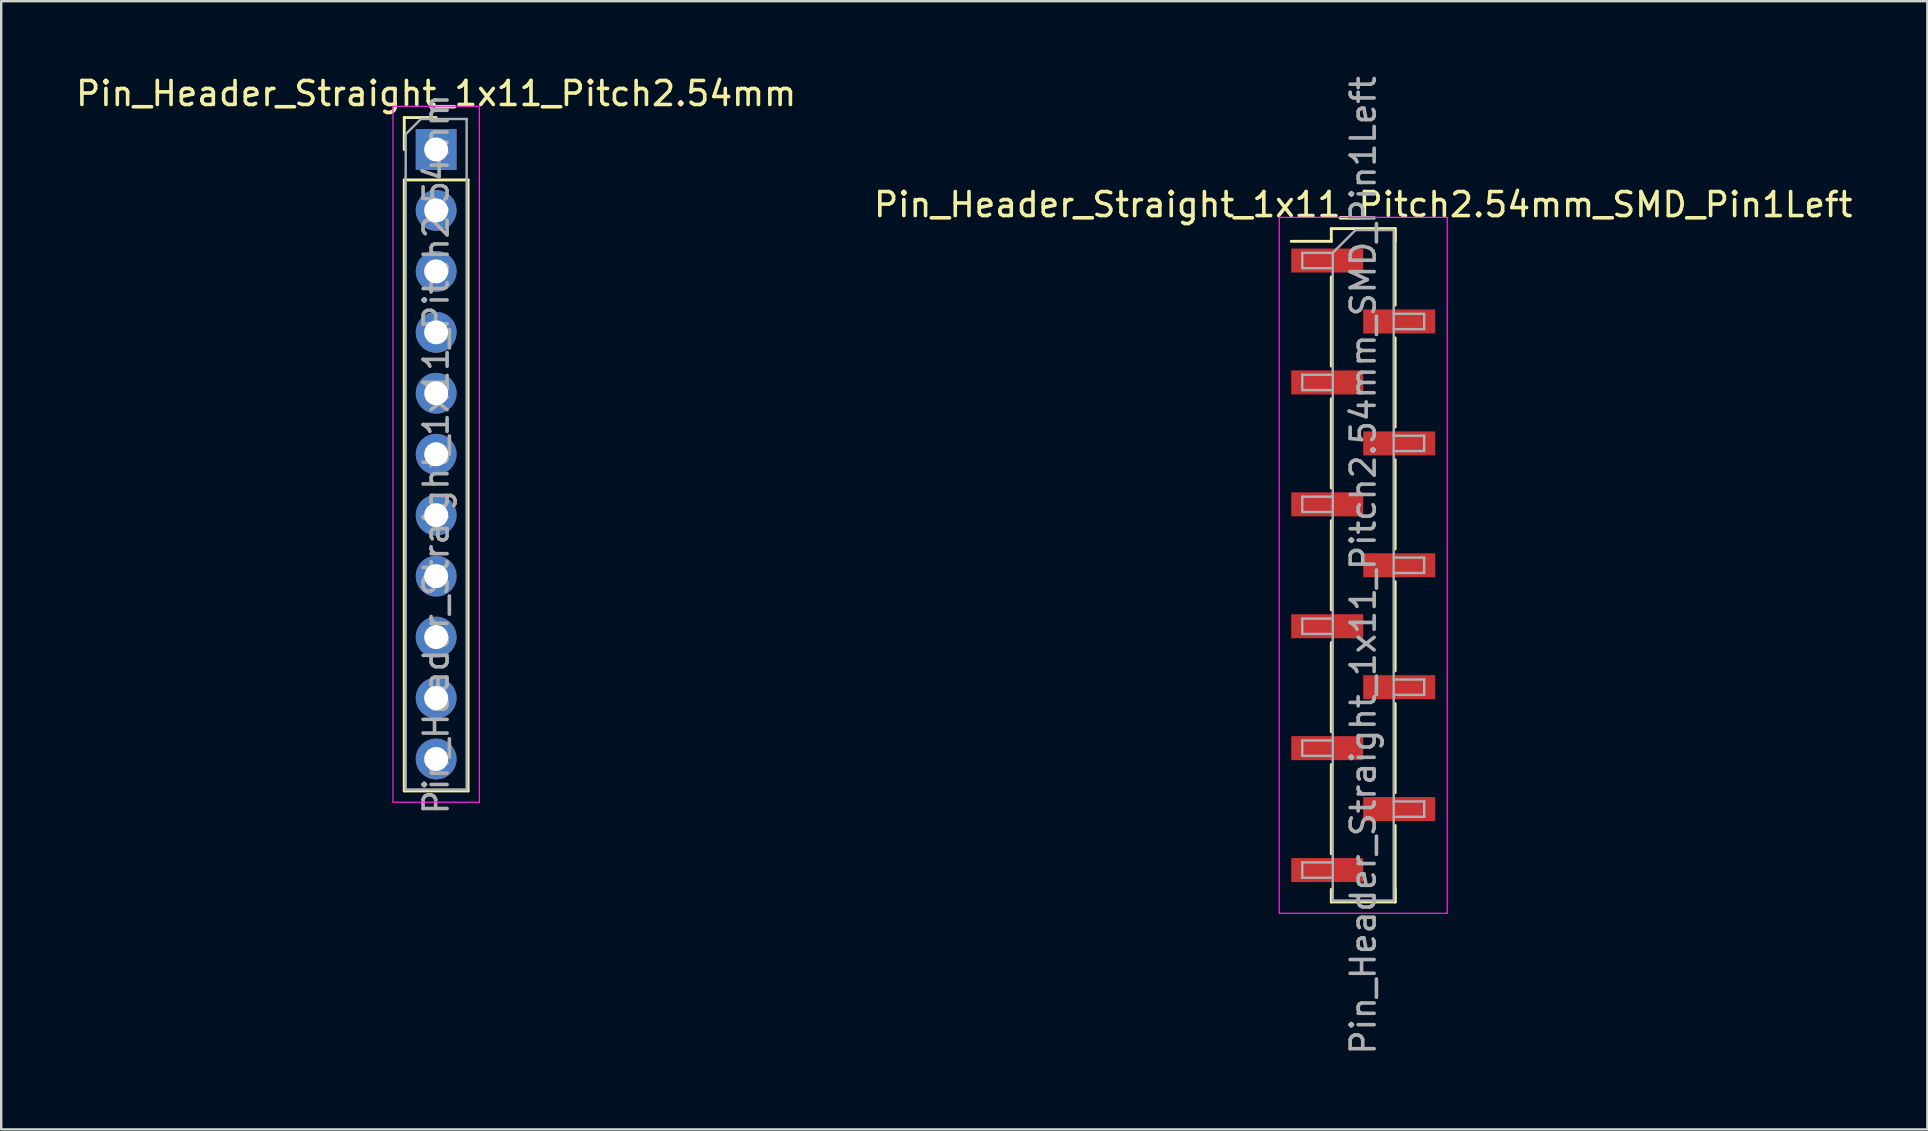
<source format=kicad_pcb>
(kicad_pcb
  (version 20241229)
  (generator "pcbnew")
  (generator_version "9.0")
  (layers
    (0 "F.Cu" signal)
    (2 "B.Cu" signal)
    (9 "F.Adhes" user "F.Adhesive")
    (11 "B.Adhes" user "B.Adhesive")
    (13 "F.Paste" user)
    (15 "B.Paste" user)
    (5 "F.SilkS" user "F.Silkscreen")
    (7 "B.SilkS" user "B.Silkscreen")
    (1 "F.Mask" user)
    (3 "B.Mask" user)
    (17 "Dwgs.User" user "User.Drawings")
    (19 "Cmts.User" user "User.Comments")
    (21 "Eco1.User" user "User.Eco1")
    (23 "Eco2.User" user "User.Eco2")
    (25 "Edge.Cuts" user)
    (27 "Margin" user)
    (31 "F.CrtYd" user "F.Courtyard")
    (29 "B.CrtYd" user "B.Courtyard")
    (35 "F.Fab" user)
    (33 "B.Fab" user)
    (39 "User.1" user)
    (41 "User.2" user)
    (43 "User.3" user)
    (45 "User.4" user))
  (footprint "Pin_Header_Straight_1x11_Pitch2.54mm_SMD_Pin1Left"
    (layer "F.Cu")
    (at 53.756 20.506)
    (property "Reference" "Pin_Header_Straight_1x11_Pitch2.54mm_SMD_Pin1Left" (at 0 -15.03 0) (layer "F.SilkS") (effects (font (size 1 1) (thickness 0.15))))
    (attr smd)
    (fp_line (start -1.33 -14.03) (end 1.33 -14.03) (stroke (width 0.12) (type solid)) (layer "F.SilkS"))
    (fp_line (start -1.33 -13.5) (end -3 -13.5) (stroke (width 0.12) (type solid)) (layer "F.SilkS"))
    (fp_line (start -1.33 -13.5) (end -1.33 -14.03) (stroke (width 0.12) (type solid)) (layer "F.SilkS"))
    (fp_line (start -1.33 -12.02) (end -1.33 -8.3) (stroke (width 0.12) (type solid)) (layer "F.SilkS"))
    (fp_line (start -1.33 -6.94) (end -1.33 -3.22) (stroke (width 0.12) (type solid)) (layer "F.SilkS"))
    (fp_line (start -1.33 -1.86) (end -1.33 1.86) (stroke (width 0.12) (type solid)) (layer "F.SilkS"))
    (fp_line (start -1.33 3.22) (end -1.33 6.94) (stroke (width 0.12) (type solid)) (layer "F.SilkS"))
    (fp_line (start -1.33 8.3) (end -1.33 12.02) (stroke (width 0.12) (type solid)) (layer "F.SilkS"))
    (fp_line (start -1.33 13.5) (end -1.33 14.03) (stroke (width 0.12) (type solid)) (layer "F.SilkS"))
    (fp_line (start -1.33 14.03) (end 1.33 14.03) (stroke (width 0.12) (type solid)) (layer "F.SilkS"))
    (fp_line (start 1.33 -14.03) (end 1.33 -13.5) (stroke (width 0.12) (type solid)) (layer "F.SilkS"))
    (fp_line (start 1.33 -14.03) (end 1.33 -10.84) (stroke (width 0.12) (type solid)) (layer "F.SilkS"))
    (fp_line (start 1.33 -9.48) (end 1.33 -5.76) (stroke (width 0.12) (type solid)) (layer "F.SilkS"))
    (fp_line (start 1.33 -4.4) (end 1.33 -0.68) (stroke (width 0.12) (type solid)) (layer "F.SilkS"))
    (fp_line (start 1.33 0.68) (end 1.33 4.4) (stroke (width 0.12) (type solid)) (layer "F.SilkS"))
    (fp_line (start 1.33 5.76) (end 1.33 9.48) (stroke (width 0.12) (type solid)) (layer "F.SilkS"))
    (fp_line (start 1.33 10.84) (end 1.33 14.03) (stroke (width 0.12) (type solid)) (layer "F.SilkS"))
    (fp_line (start 1.33 14.03) (end 1.33 13.5) (stroke (width 0.12) (type solid)) (layer "F.SilkS"))
    (fp_line (start -3.5 -14.5) (end -3.5 14.5) (stroke (width 0.05) (type solid)) (layer "F.CrtYd"))
    (fp_line (start -3.5 14.5) (end 3.5 14.5) (stroke (width 0.05) (type solid)) (layer "F.CrtYd"))
    (fp_line (start 3.5 -14.5) (end -3.5 -14.5) (stroke (width 0.05) (type solid)) (layer "F.CrtYd"))
    (fp_line (start 3.5 14.5) (end 3.5 -14.5) (stroke (width 0.05) (type solid)) (layer "F.CrtYd"))
    (fp_line (start -2.54 -13.02) (end -2.54 -12.38) (stroke (width 0.1) (type solid)) (layer "F.Fab"))
    (fp_line (start -2.54 -12.38) (end -1.27 -12.38) (stroke (width 0.1) (type solid)) (layer "F.Fab"))
    (fp_line (start -2.54 -7.94) (end -2.54 -7.3) (stroke (width 0.1) (type solid)) (layer "F.Fab"))
    (fp_line (start -2.54 -7.3) (end -1.27 -7.3) (stroke (width 0.1) (type solid)) (layer "F.Fab"))
    (fp_line (start -2.54 -2.86) (end -2.54 -2.22) (stroke (width 0.1) (type solid)) (layer "F.Fab"))
    (fp_line (start -2.54 -2.22) (end -1.27 -2.22) (stroke (width 0.1) (type solid)) (layer "F.Fab"))
    (fp_line (start -2.54 2.22) (end -2.54 2.86) (stroke (width 0.1) (type solid)) (layer "F.Fab"))
    (fp_line (start -2.54 2.86) (end -1.27 2.86) (stroke (width 0.1) (type solid)) (layer "F.Fab"))
    (fp_line (start -2.54 7.3) (end -2.54 7.94) (stroke (width 0.1) (type solid)) (layer "F.Fab"))
    (fp_line (start -2.54 7.94) (end -1.27 7.94) (stroke (width 0.1) (type solid)) (layer "F.Fab"))
    (fp_line (start -2.54 12.38) (end -2.54 13.02) (stroke (width 0.1) (type solid)) (layer "F.Fab"))
    (fp_line (start -2.54 13.02) (end -1.27 13.02) (stroke (width 0.1) (type solid)) (layer "F.Fab"))
    (fp_line (start -1.27 -13.02) (end -2.54 -13.02) (stroke (width 0.1) (type solid)) (layer "F.Fab"))
    (fp_line (start -1.27 -13.02) (end -0.32 -13.97) (stroke (width 0.1) (type solid)) (layer "F.Fab"))
    (fp_line (start -1.27 -7.94) (end -2.54 -7.94) (stroke (width 0.1) (type solid)) (layer "F.Fab"))
    (fp_line (start -1.27 -2.86) (end -2.54 -2.86) (stroke (width 0.1) (type solid)) (layer "F.Fab"))
    (fp_line (start -1.27 2.22) (end -2.54 2.22) (stroke (width 0.1) (type solid)) (layer "F.Fab"))
    (fp_line (start -1.27 7.3) (end -2.54 7.3) (stroke (width 0.1) (type solid)) (layer "F.Fab"))
    (fp_line (start -1.27 12.38) (end -2.54 12.38) (stroke (width 0.1) (type solid)) (layer "F.Fab"))
    (fp_line (start -1.27 13.97) (end -1.27 -13.02) (stroke (width 0.1) (type solid)) (layer "F.Fab"))
    (fp_line (start -0.32 -13.97) (end 1.27 -13.97) (stroke (width 0.1) (type solid)) (layer "F.Fab"))
    (fp_line (start 1.27 -13.97) (end 1.27 13.97) (stroke (width 0.1) (type solid)) (layer "F.Fab"))
    (fp_line (start 1.27 -10.48) (end 2.54 -10.48) (stroke (width 0.1) (type solid)) (layer "F.Fab"))
    (fp_line (start 1.27 -5.4) (end 2.54 -5.4) (stroke (width 0.1) (type solid)) (layer "F.Fab"))
    (fp_line (start 1.27 -0.32) (end 2.54 -0.32) (stroke (width 0.1) (type solid)) (layer "F.Fab"))
    (fp_line (start 1.27 4.76) (end 2.54 4.76) (stroke (width 0.1) (type solid)) (layer "F.Fab"))
    (fp_line (start 1.27 9.84) (end 2.54 9.84) (stroke (width 0.1) (type solid)) (layer "F.Fab"))
    (fp_line (start 1.27 13.97) (end -1.27 13.97) (stroke (width 0.1) (type solid)) (layer "F.Fab"))
    (fp_line (start 2.54 -10.48) (end 2.54 -9.84) (stroke (width 0.1) (type solid)) (layer "F.Fab"))
    (fp_line (start 2.54 -9.84) (end 1.27 -9.84) (stroke (width 0.1) (type solid)) (layer "F.Fab"))
    (fp_line (start 2.54 -5.4) (end 2.54 -4.76) (stroke (width 0.1) (type solid)) (layer "F.Fab"))
    (fp_line (start 2.54 -4.76) (end 1.27 -4.76) (stroke (width 0.1) (type solid)) (layer "F.Fab"))
    (fp_line (start 2.54 -0.32) (end 2.54 0.32) (stroke (width 0.1) (type solid)) (layer "F.Fab"))
    (fp_line (start 2.54 0.32) (end 1.27 0.32) (stroke (width 0.1) (type solid)) (layer "F.Fab"))
    (fp_line (start 2.54 4.76) (end 2.54 5.4) (stroke (width 0.1) (type solid)) (layer "F.Fab"))
    (fp_line (start 2.54 5.4) (end 1.27 5.4) (stroke (width 0.1) (type solid)) (layer "F.Fab"))
    (fp_line (start 2.54 9.84) (end 2.54 10.48) (stroke (width 0.1) (type solid)) (layer "F.Fab"))
    (fp_line (start 2.54 10.48) (end 1.27 10.48) (stroke (width 0.1) (type solid)) (layer "F.Fab"))
    (fp_text user "${REFERENCE}" (at 0 0 90) (layer "F.Fab") (effects (font (size 1 1) (thickness 0.15))))
    (pad "1" smd rect (at -1.5 -12.7) (size 3 1) (layers "F.Cu" "F.Mask" "F.Paste"))
    (pad "2" smd rect (at 1.5 -10.16) (size 3 1) (layers "F.Cu" "F.Mask" "F.Paste"))
    (pad "3" smd rect (at -1.5 -7.62) (size 3 1) (layers "F.Cu" "F.Mask" "F.Paste"))
    (pad "4" smd rect (at 1.5 -5.08) (size 3 1) (layers "F.Cu" "F.Mask" "F.Paste"))
    (pad "5" smd rect (at -1.5 -2.54) (size 3 1) (layers "F.Cu" "F.Mask" "F.Paste"))
    (pad "6" smd rect (at 1.5 0) (size 3 1) (layers "F.Cu" "F.Mask" "F.Paste"))
    (pad "7" smd rect (at -1.5 2.54) (size 3 1) (layers "F.Cu" "F.Mask" "F.Paste"))
    (pad "8" smd rect (at 1.5 5.08) (size 3 1) (layers "F.Cu" "F.Mask" "F.Paste"))
    (pad "9" smd rect (at -1.5 7.62) (size 3 1) (layers "F.Cu" "F.Mask" "F.Paste"))
    (pad "10" smd rect (at 1.5 10.16) (size 3 1) (layers "F.Cu" "F.Mask" "F.Paste"))
    (pad "11" smd rect (at -1.5 12.7) (size 3 1) (layers "F.Cu" "F.Mask" "F.Paste")))
  (footprint "Pin_Header_Straight_1x11_Pitch2.54mm"
    (layer "F.Cu")
    (at 15.125 3.178)
    (property "Reference" "Pin_Header_Straight_1x11_Pitch2.54mm" (at 0 -2.33 0) (layer "F.SilkS") (effects (font (size 1 1) (thickness 0.15))))
    (attr through_hole)
    (fp_line (start -1.33 -1.33) (end 0 -1.33) (stroke (width 0.12) (type solid)) (layer "F.SilkS"))
    (fp_line (start -1.33 0) (end -1.33 -1.33) (stroke (width 0.12) (type solid)) (layer "F.SilkS"))
    (fp_line (start -1.33 1.27) (end -1.33 26.73) (stroke (width 0.12) (type solid)) (layer "F.SilkS"))
    (fp_line (start -1.33 26.73) (end 1.33 26.73) (stroke (width 0.12) (type solid)) (layer "F.SilkS"))
    (fp_line (start 1.33 1.27) (end -1.33 1.27) (stroke (width 0.12) (type solid)) (layer "F.SilkS"))
    (fp_line (start 1.33 26.73) (end 1.33 1.27) (stroke (width 0.12) (type solid)) (layer "F.SilkS"))
    (fp_line (start -1.8 -1.8) (end -1.8 27.2) (stroke (width 0.05) (type solid)) (layer "F.CrtYd"))
    (fp_line (start -1.8 27.2) (end 1.8 27.2) (stroke (width 0.05) (type solid)) (layer "F.CrtYd"))
    (fp_line (start 1.8 -1.8) (end -1.8 -1.8) (stroke (width 0.05) (type solid)) (layer "F.CrtYd"))
    (fp_line (start 1.8 27.2) (end 1.8 -1.8) (stroke (width 0.05) (type solid)) (layer "F.CrtYd"))
    (fp_line (start -1.27 -0.635) (end -0.635 -1.27) (stroke (width 0.1) (type solid)) (layer "F.Fab"))
    (fp_line (start -1.27 26.67) (end -1.27 -0.635) (stroke (width 0.1) (type solid)) (layer "F.Fab"))
    (fp_line (start -0.635 -1.27) (end 1.27 -1.27) (stroke (width 0.1) (type solid)) (layer "F.Fab"))
    (fp_line (start 1.27 -1.27) (end 1.27 26.67) (stroke (width 0.1) (type solid)) (layer "F.Fab"))
    (fp_line (start 1.27 26.67) (end -1.27 26.67) (stroke (width 0.1) (type solid)) (layer "F.Fab"))
    (fp_text user "${REFERENCE}" (at 0 12.7 90) (layer "F.Fab") (effects (font (size 1 1) (thickness 0.15))))
    (pad "1" thru_hole rect (at 0 0) (size 1.7 1.7) (drill 1) (layers "*.Cu" "*.Mask"))
    (pad "2" thru_hole oval (at 0 2.54) (size 1.7 1.7) (drill 1) (layers "*.Cu" "*.Mask"))
    (pad "3" thru_hole oval (at 0 5.08) (size 1.7 1.7) (drill 1) (layers "*.Cu" "*.Mask"))
    (pad "4" thru_hole oval (at 0 7.62) (size 1.7 1.7) (drill 1) (layers "*.Cu" "*.Mask"))
    (pad "5" thru_hole oval (at 0 10.16) (size 1.7 1.7) (drill 1) (layers "*.Cu" "*.Mask"))
    (pad "6" thru_hole oval (at 0 12.7) (size 1.7 1.7) (drill 1) (layers "*.Cu" "*.Mask"))
    (pad "7" thru_hole oval (at 0 15.24) (size 1.7 1.7) (drill 1) (layers "*.Cu" "*.Mask"))
    (pad "8" thru_hole oval (at 0 17.78) (size 1.7 1.7) (drill 1) (layers "*.Cu" "*.Mask"))
    (pad "9" thru_hole oval (at 0 20.32) (size 1.7 1.7) (drill 1) (layers "*.Cu" "*.Mask"))
    (pad "10" thru_hole oval (at 0 22.86) (size 1.7 1.7) (drill 1) (layers "*.Cu" "*.Mask"))
    (pad "11" thru_hole oval (at 0 25.4) (size 1.7 1.7) (drill 1) (layers "*.Cu" "*.Mask")))
  (gr_rect
    (start -3 -3)
    (end 77.262 44.012)
    (stroke (width 0.1) (type default))
    (fill no)
    (layer "Edge.Cuts")))
</source>
